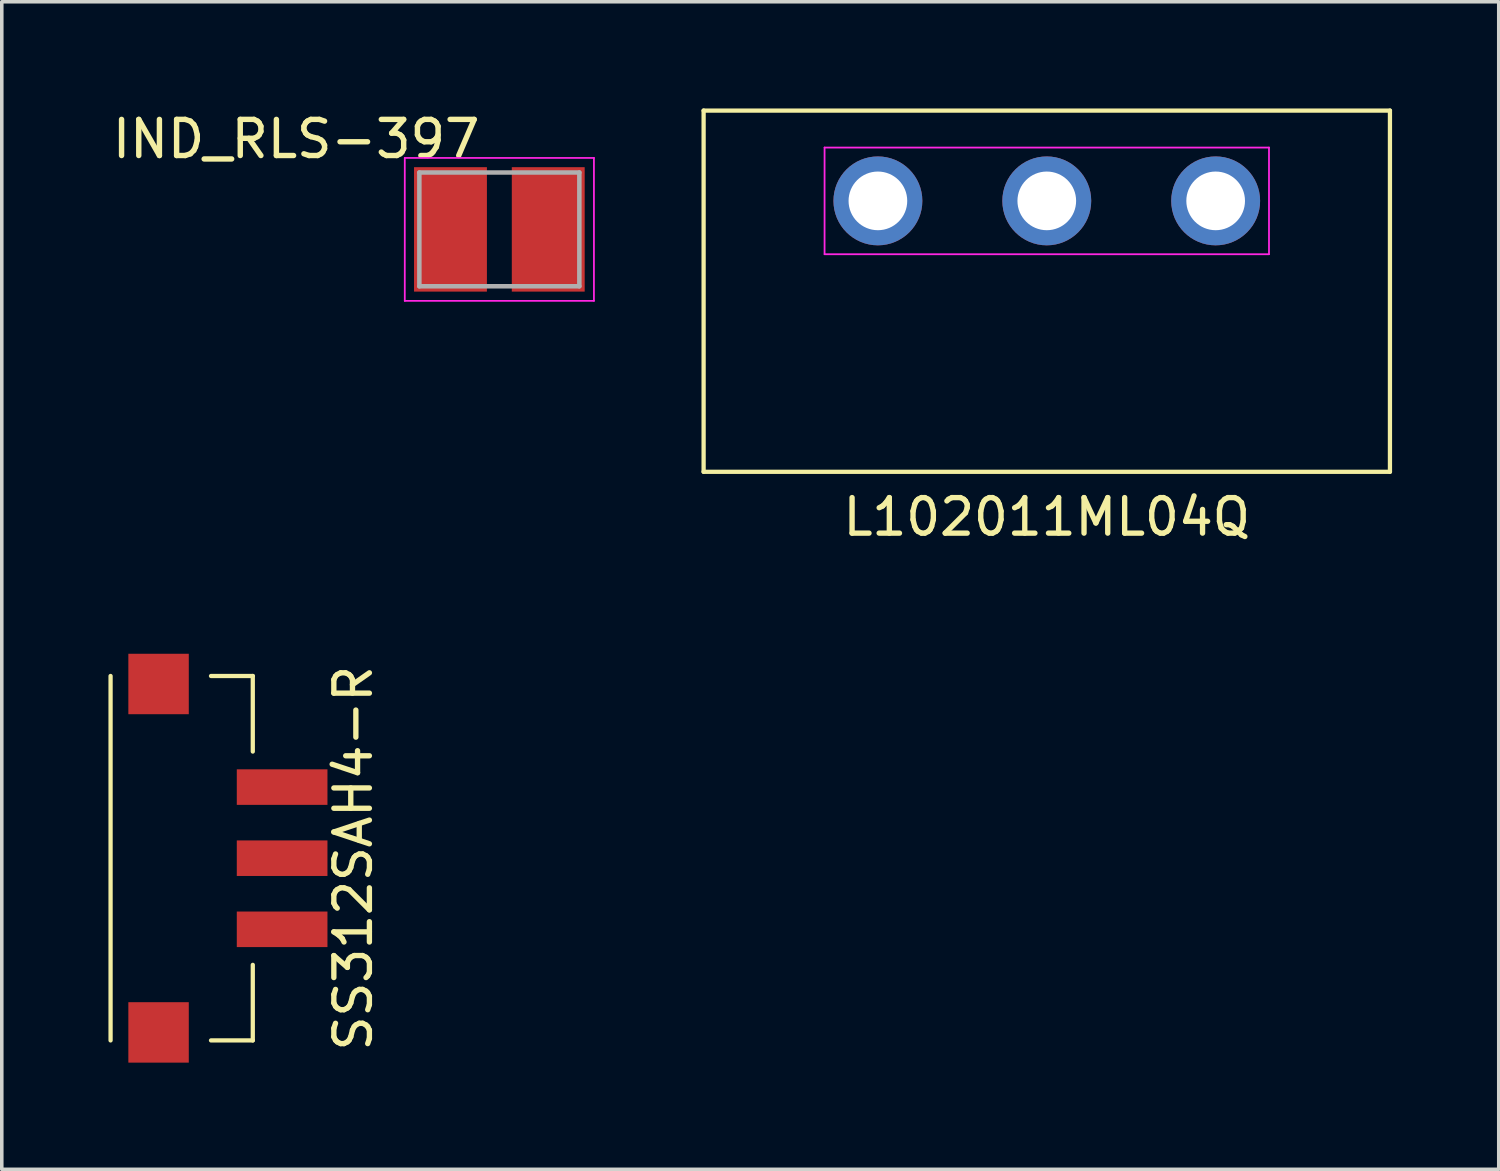
<source format=kicad_pcb>
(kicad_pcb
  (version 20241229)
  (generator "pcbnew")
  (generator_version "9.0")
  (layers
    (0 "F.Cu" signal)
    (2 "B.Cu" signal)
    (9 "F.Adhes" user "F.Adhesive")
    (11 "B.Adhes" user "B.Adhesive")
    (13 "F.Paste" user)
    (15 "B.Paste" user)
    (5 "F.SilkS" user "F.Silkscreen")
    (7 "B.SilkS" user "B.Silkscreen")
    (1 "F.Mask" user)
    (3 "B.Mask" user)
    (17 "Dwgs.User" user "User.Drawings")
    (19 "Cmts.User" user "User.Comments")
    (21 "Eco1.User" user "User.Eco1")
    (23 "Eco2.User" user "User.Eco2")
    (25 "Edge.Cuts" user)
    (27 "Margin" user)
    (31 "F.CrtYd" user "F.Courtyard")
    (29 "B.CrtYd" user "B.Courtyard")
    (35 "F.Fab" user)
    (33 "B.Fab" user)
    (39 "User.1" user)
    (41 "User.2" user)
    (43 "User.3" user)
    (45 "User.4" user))
  (footprint "SS312SAH4-R"
    (layer "F.Cu")
    (at 4.885 21.088)
    (property "Reference" "SS312SAH4-R" (at 2 0 90) (layer "F.SilkS") (effects (font (size 1 1) (thickness 0.15))))
    (attr smd)
    (fp_line (start -4.825 -5.125) (end -4.825 5.125) (stroke (width 0.12) (type solid)) (layer "F.SilkS"))
    (fp_line (start -2 -5.125) (end -0.825 -5.125) (stroke (width 0.12) (type solid)) (layer "F.SilkS"))
    (fp_line (start -2 5.125) (end -0.825 5.125) (stroke (width 0.12) (type solid)) (layer "F.SilkS"))
    (fp_line (start -0.825 -5.125) (end -0.825 -3) (stroke (width 0.12) (type solid)) (layer "F.SilkS"))
    (fp_line (start -0.825 5.125) (end -0.825 3) (stroke (width 0.12) (type solid)) (layer "F.SilkS"))
    (pad "" smd rect (at -3.475 -4.9) (size 1.7 1.7) (layers "F.Cu" "F.Mask" "F.Paste"))
    (pad "" smd rect (at -3.475 4.9) (size 1.7 1.7) (layers "F.Cu" "F.Mask" "F.Paste"))
    (pad "1" smd rect (at 0 2) (size 2.55 1) (layers "F.Cu" "F.Mask" "F.Paste"))
    (pad "2" smd rect (at 0 0) (size 2.55 1) (layers "F.Cu" "F.Mask" "F.Paste"))
    (pad "3" smd rect (at 0 -2) (size 2.55 1) (layers "F.Cu" "F.Mask" "F.Paste")))
  (footprint "IND_RLS-397"
    (layer "F.Cu")
    (at 10.995 3.402)
    (property "Reference" "IND_RLS-397" (at -5.715 -2.54 180) (layer "F.SilkS") (effects (font (size 1.016 1.016) (thickness 0.152))))
    (attr through_hole)
    (fp_line (start -2.66 -2.01) (end 2.66 -2.01) (stroke (width 0.05) (type solid)) (layer "F.CrtYd"))
    (fp_line (start -2.66 2.01) (end -2.66 -2.01) (stroke (width 0.05) (type solid)) (layer "F.CrtYd"))
    (fp_line (start 2.66 -2.01) (end 2.66 2.01) (stroke (width 0.05) (type solid)) (layer "F.CrtYd"))
    (fp_line (start 2.66 2.01) (end -2.66 2.01) (stroke (width 0.05) (type solid)) (layer "F.CrtYd"))
    (fp_line (start -2.25 -1.6) (end 2.25 -1.6) (stroke (width 0.127) (type solid)) (layer "F.Fab"))
    (fp_line (start -2.25 1.6) (end -2.25 -1.6) (stroke (width 0.127) (type solid)) (layer "F.Fab"))
    (fp_line (start 2.25 -1.6) (end 2.25 1.6) (stroke (width 0.127) (type solid)) (layer "F.Fab"))
    (fp_line (start 2.25 1.6) (end -2.25 1.6) (stroke (width 0.127) (type solid)) (layer "F.Fab"))
    (pad "1" smd rect (at -1.375 0) (size 2.05 3.5) (layers "F.Cu" "F.Mask" "F.Paste"))
    (pad "2" smd rect (at 1.375 0) (size 2.05 3.5) (layers "F.Cu" "F.Mask" "F.Paste")))
  (footprint "L102011ML04Q"
    (layer "F.Cu")
    (at 26.392 2.6)
    (property "Reference" "L102011ML04Q" (at 0 8.89 0) (layer "F.SilkS") (effects (font (size 1 1) (thickness 0.15))))
    (attr through_hole)
    (fp_line (start -9.652 -2.54) (end -9.652 7.62) (stroke (width 0.12) (type solid)) (layer "F.SilkS"))
    (fp_line (start -9.652 -2.54) (end 9.652 -2.54) (stroke (width 0.12) (type solid)) (layer "F.SilkS"))
    (fp_line (start -9.652 7.62) (end 9.652 7.62) (stroke (width 0.12) (type solid)) (layer "F.SilkS"))
    (fp_line (start 9.652 -2.54) (end 9.652 7.62) (stroke (width 0.12) (type solid)) (layer "F.SilkS"))
    (fp_line (start -6.25 -1.5) (end 6.25 -1.5) (stroke (width 0.05) (type solid)) (layer "F.CrtYd"))
    (fp_line (start -6.25 1.5) (end -6.25 -1.5) (stroke (width 0.05) (type solid)) (layer "F.CrtYd"))
    (fp_line (start 6.25 -1.5) (end 6.25 1.5) (stroke (width 0.05) (type solid)) (layer "F.CrtYd"))
    (fp_line (start 6.25 1.5) (end -6.25 1.5) (stroke (width 0.05) (type solid)) (layer "F.CrtYd"))
    (pad "1" thru_hole circle (at -4.75 0) (size 2.5 2.5) (drill 1.65) (layers "*.Cu" "*.Mask"))
    (pad "2" thru_hole circle (at 0 0) (size 2.5 2.5) (drill 1.65) (layers "*.Cu" "*.Mask"))
    (pad "3" thru_hole circle (at 4.75 0) (size 2.5 2.5) (drill 1.65) (layers "*.Cu" "*.Mask")))
  (gr_rect
    (start -3 -3)
    (end 39.104 29.838)
    (stroke (width 0.1) (type default))
    (fill no)
    (layer "Edge.Cuts")))
</source>
